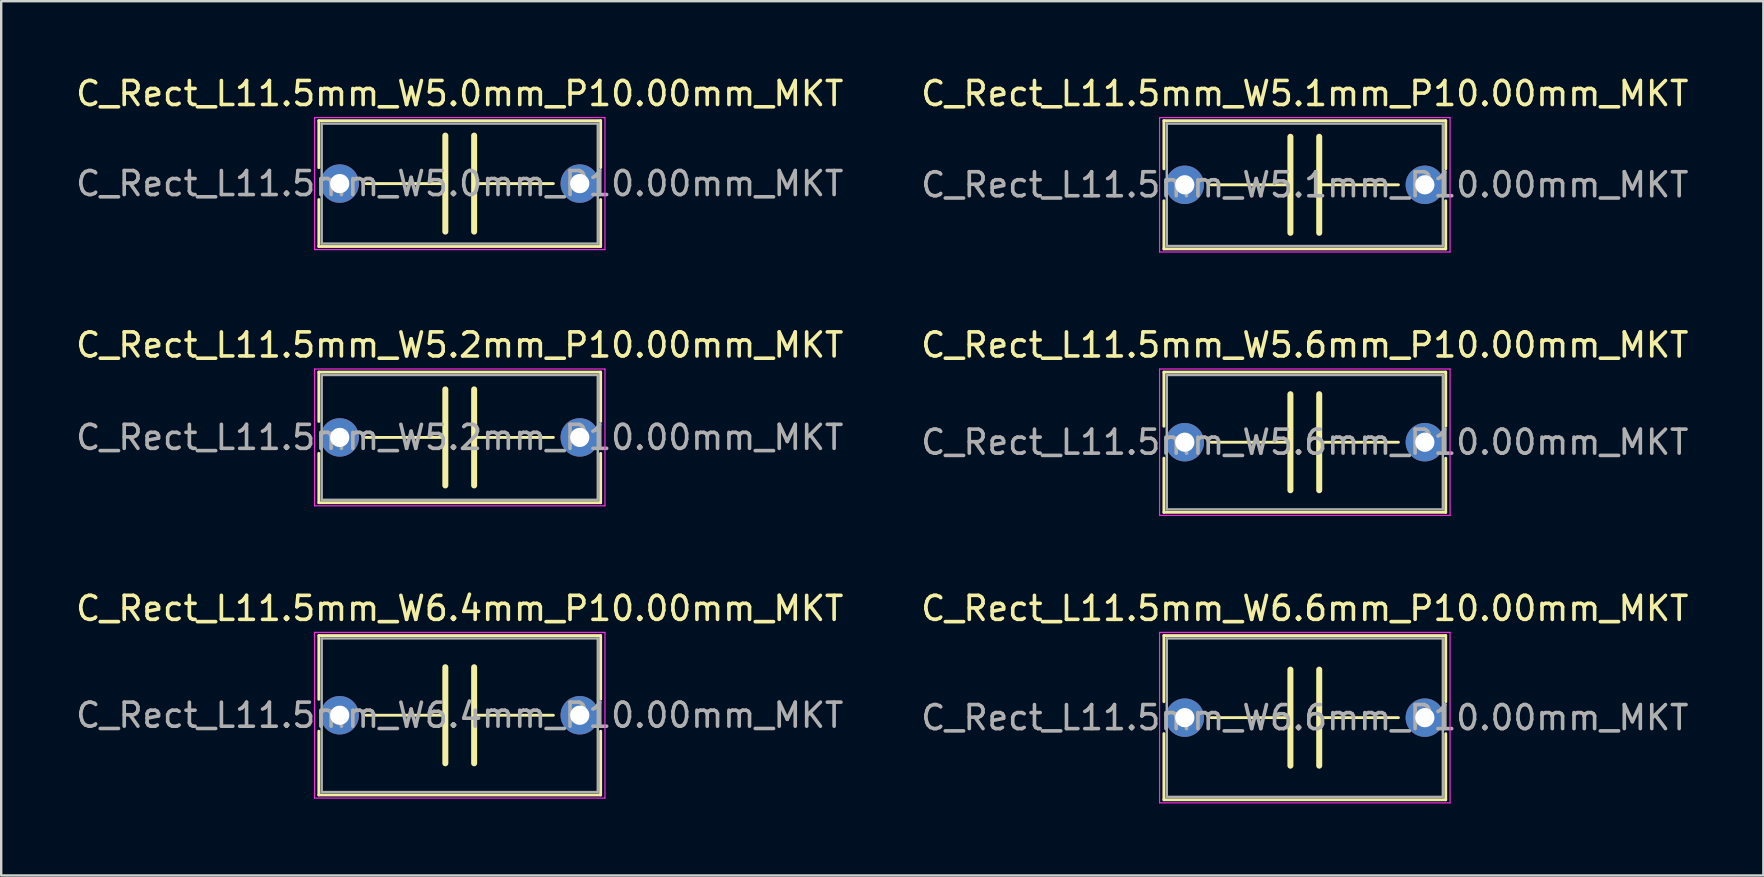
<source format=kicad_pcb>
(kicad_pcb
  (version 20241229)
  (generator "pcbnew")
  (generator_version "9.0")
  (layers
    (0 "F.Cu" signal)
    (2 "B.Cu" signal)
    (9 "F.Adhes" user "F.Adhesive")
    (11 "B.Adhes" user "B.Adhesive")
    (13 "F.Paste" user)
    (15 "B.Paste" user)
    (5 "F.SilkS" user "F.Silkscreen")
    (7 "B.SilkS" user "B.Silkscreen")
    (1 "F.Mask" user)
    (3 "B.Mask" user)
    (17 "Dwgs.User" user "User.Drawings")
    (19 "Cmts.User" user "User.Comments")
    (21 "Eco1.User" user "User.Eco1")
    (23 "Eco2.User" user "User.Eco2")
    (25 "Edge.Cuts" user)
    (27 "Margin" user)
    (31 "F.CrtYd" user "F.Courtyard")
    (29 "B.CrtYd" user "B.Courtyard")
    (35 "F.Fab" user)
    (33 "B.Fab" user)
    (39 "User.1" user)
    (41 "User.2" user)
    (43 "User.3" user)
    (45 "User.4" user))
  (footprint "C_Rect_L11.5mm_W5.2mm_P10.00mm_MKT"
    (layer "F.Cu")
    (at 11.101 15.171)
    (property "Reference" "C_Rect_L11.5mm_W5.2mm_P10.00mm_MKT" (at 5 -3.85 0) (layer "F.SilkS") (effects (font (size 1 1) (thickness 0.15))))
    (attr through_hole)
    (fp_line (start -0.87 -2.72) (end -0.87 -0.665) (stroke (width 0.12) (type solid)) (layer "F.SilkS"))
    (fp_line (start -0.87 -2.72) (end 10.87 -2.72) (stroke (width 0.12) (type solid)) (layer "F.SilkS"))
    (fp_line (start -0.87 0.665) (end -0.87 2.72) (stroke (width 0.12) (type solid)) (layer "F.SilkS"))
    (fp_line (start -0.87 2.72) (end 10.87 2.72) (stroke (width 0.12) (type solid)) (layer "F.SilkS"))
    (fp_line (start 1.1 0) (end 4.4 0) (stroke (width 0.12) (type solid)) (layer "F.SilkS"))
    (fp_line (start 4.4 2) (end 4.4 -2) (stroke (width 0.25) (type solid)) (layer "F.SilkS"))
    (fp_line (start 5.6 2) (end 5.6 -2) (stroke (width 0.25) (type solid)) (layer "F.SilkS"))
    (fp_line (start 8.9 0) (end 5.6 0) (stroke (width 0.12) (type solid)) (layer "F.SilkS"))
    (fp_line (start 10.87 -2.72) (end 10.87 -0.665) (stroke (width 0.12) (type solid)) (layer "F.SilkS"))
    (fp_line (start 10.87 0.665) (end 10.87 2.72) (stroke (width 0.12) (type solid)) (layer "F.SilkS"))
    (fp_line (start -1.05 -2.85) (end -1.05 2.85) (stroke (width 0.05) (type solid)) (layer "F.CrtYd"))
    (fp_line (start -1.05 2.85) (end 11.05 2.85) (stroke (width 0.05) (type solid)) (layer "F.CrtYd"))
    (fp_line (start 11.05 -2.85) (end -1.05 -2.85) (stroke (width 0.05) (type solid)) (layer "F.CrtYd"))
    (fp_line (start 11.05 2.85) (end 11.05 -2.85) (stroke (width 0.05) (type solid)) (layer "F.CrtYd"))
    (fp_line (start -0.75 -2.6) (end -0.75 2.6) (stroke (width 0.1) (type solid)) (layer "F.Fab"))
    (fp_line (start -0.75 2.6) (end 10.75 2.6) (stroke (width 0.1) (type solid)) (layer "F.Fab"))
    (fp_line (start 10.75 -2.6) (end -0.75 -2.6) (stroke (width 0.1) (type solid)) (layer "F.Fab"))
    (fp_line (start 10.75 2.6) (end 10.75 -2.6) (stroke (width 0.1) (type solid)) (layer "F.Fab"))
    (fp_text user "${REFERENCE}" (at 5 0 0) (layer "F.Fab") (effects (font (size 1 1) (thickness 0.15))))
    (pad "1" thru_hole circle (at 0 0) (size 1.6 1.6) (drill 0.8) (layers "*.Cu" "*.Mask"))
    (pad "2" thru_hole circle (at 10 0) (size 1.6 1.6) (drill 0.8) (layers "*.Cu" "*.Mask")))
  (footprint "C_Rect_L11.5mm_W6.4mm_P10.00mm_MKT"
    (layer "F.Cu")
    (at 11.101 26.745)
    (property "Reference" "C_Rect_L11.5mm_W6.4mm_P10.00mm_MKT" (at 5 -4.45 0) (layer "F.SilkS") (effects (font (size 1 1) (thickness 0.15))))
    (attr through_hole)
    (fp_line (start -0.87 -3.32) (end -0.87 -0.665) (stroke (width 0.12) (type solid)) (layer "F.SilkS"))
    (fp_line (start -0.87 -3.32) (end 10.87 -3.32) (stroke (width 0.12) (type solid)) (layer "F.SilkS"))
    (fp_line (start -0.87 0.665) (end -0.87 3.32) (stroke (width 0.12) (type solid)) (layer "F.SilkS"))
    (fp_line (start -0.87 3.32) (end 10.87 3.32) (stroke (width 0.12) (type solid)) (layer "F.SilkS"))
    (fp_line (start 1.1 0) (end 4.4 0) (stroke (width 0.12) (type solid)) (layer "F.SilkS"))
    (fp_line (start 4.4 2) (end 4.4 -2) (stroke (width 0.25) (type solid)) (layer "F.SilkS"))
    (fp_line (start 5.6 2) (end 5.6 -2) (stroke (width 0.25) (type solid)) (layer "F.SilkS"))
    (fp_line (start 8.9 0) (end 5.6 0) (stroke (width 0.12) (type solid)) (layer "F.SilkS"))
    (fp_line (start 10.87 -3.32) (end 10.87 -0.665) (stroke (width 0.12) (type solid)) (layer "F.SilkS"))
    (fp_line (start 10.87 0.665) (end 10.87 3.32) (stroke (width 0.12) (type solid)) (layer "F.SilkS"))
    (fp_line (start -1.05 -3.45) (end -1.05 3.45) (stroke (width 0.05) (type solid)) (layer "F.CrtYd"))
    (fp_line (start -1.05 3.45) (end 11.05 3.45) (stroke (width 0.05) (type solid)) (layer "F.CrtYd"))
    (fp_line (start 11.05 -3.45) (end -1.05 -3.45) (stroke (width 0.05) (type solid)) (layer "F.CrtYd"))
    (fp_line (start 11.05 3.45) (end 11.05 -3.45) (stroke (width 0.05) (type solid)) (layer "F.CrtYd"))
    (fp_line (start -0.75 -3.2) (end -0.75 3.2) (stroke (width 0.1) (type solid)) (layer "F.Fab"))
    (fp_line (start -0.75 3.2) (end 10.75 3.2) (stroke (width 0.1) (type solid)) (layer "F.Fab"))
    (fp_line (start 10.75 -3.2) (end -0.75 -3.2) (stroke (width 0.1) (type solid)) (layer "F.Fab"))
    (fp_line (start 10.75 3.2) (end 10.75 -3.2) (stroke (width 0.1) (type solid)) (layer "F.Fab"))
    (fp_text user "${REFERENCE}" (at 5 0 0) (layer "F.Fab") (effects (font (size 1 1) (thickness 0.15))))
    (pad "1" thru_hole circle (at 0 0) (size 1.6 1.6) (drill 0.8) (layers "*.Cu" "*.Mask"))
    (pad "2" thru_hole circle (at 10 0) (size 1.6 1.6) (drill 0.8) (layers "*.Cu" "*.Mask")))
  (footprint "C_Rect_L11.5mm_W5.6mm_P10.00mm_MKT"
    (layer "F.Cu")
    (at 46.304 15.371)
    (property "Reference" "C_Rect_L11.5mm_W5.6mm_P10.00mm_MKT" (at 5 -4.05 0) (layer "F.SilkS") (effects (font (size 1 1) (thickness 0.15))))
    (attr through_hole)
    (fp_line (start -0.87 -2.92) (end -0.87 -0.665) (stroke (width 0.12) (type solid)) (layer "F.SilkS"))
    (fp_line (start -0.87 -2.92) (end 10.87 -2.92) (stroke (width 0.12) (type solid)) (layer "F.SilkS"))
    (fp_line (start -0.87 0.665) (end -0.87 2.92) (stroke (width 0.12) (type solid)) (layer "F.SilkS"))
    (fp_line (start -0.87 2.92) (end 10.87 2.92) (stroke (width 0.12) (type solid)) (layer "F.SilkS"))
    (fp_line (start 1.1 0) (end 4.4 0) (stroke (width 0.12) (type solid)) (layer "F.SilkS"))
    (fp_line (start 4.4 2) (end 4.4 -2) (stroke (width 0.25) (type solid)) (layer "F.SilkS"))
    (fp_line (start 5.6 2) (end 5.6 -2) (stroke (width 0.25) (type solid)) (layer "F.SilkS"))
    (fp_line (start 8.9 0) (end 5.6 0) (stroke (width 0.12) (type solid)) (layer "F.SilkS"))
    (fp_line (start 10.87 -2.92) (end 10.87 -0.665) (stroke (width 0.12) (type solid)) (layer "F.SilkS"))
    (fp_line (start 10.87 0.665) (end 10.87 2.92) (stroke (width 0.12) (type solid)) (layer "F.SilkS"))
    (fp_line (start -1.05 -3.05) (end -1.05 3.05) (stroke (width 0.05) (type solid)) (layer "F.CrtYd"))
    (fp_line (start -1.05 3.05) (end 11.05 3.05) (stroke (width 0.05) (type solid)) (layer "F.CrtYd"))
    (fp_line (start 11.05 -3.05) (end -1.05 -3.05) (stroke (width 0.05) (type solid)) (layer "F.CrtYd"))
    (fp_line (start 11.05 3.05) (end 11.05 -3.05) (stroke (width 0.05) (type solid)) (layer "F.CrtYd"))
    (fp_line (start -0.75 -2.8) (end -0.75 2.8) (stroke (width 0.1) (type solid)) (layer "F.Fab"))
    (fp_line (start -0.75 2.8) (end 10.75 2.8) (stroke (width 0.1) (type solid)) (layer "F.Fab"))
    (fp_line (start 10.75 -2.8) (end -0.75 -2.8) (stroke (width 0.1) (type solid)) (layer "F.Fab"))
    (fp_line (start 10.75 2.8) (end 10.75 -2.8) (stroke (width 0.1) (type solid)) (layer "F.Fab"))
    (fp_text user "${REFERENCE}" (at 5 0 0) (layer "F.Fab") (effects (font (size 1 1) (thickness 0.15))))
    (pad "1" thru_hole circle (at 0 0) (size 1.6 1.6) (drill 0.8) (layers "*.Cu" "*.Mask"))
    (pad "2" thru_hole circle (at 10 0) (size 1.6 1.6) (drill 0.8) (layers "*.Cu" "*.Mask")))
  (footprint "C_Rect_L11.5mm_W5.0mm_P10.00mm_MKT"
    (layer "F.Cu")
    (at 11.101 4.598)
    (property "Reference" "C_Rect_L11.5mm_W5.0mm_P10.00mm_MKT" (at 5 -3.75 0) (layer "F.SilkS") (effects (font (size 1 1) (thickness 0.15))))
    (attr through_hole)
    (fp_line (start -0.87 -2.62) (end -0.87 -0.665) (stroke (width 0.12) (type solid)) (layer "F.SilkS"))
    (fp_line (start -0.87 -2.62) (end 10.87 -2.62) (stroke (width 0.12) (type solid)) (layer "F.SilkS"))
    (fp_line (start -0.87 0.665) (end -0.87 2.62) (stroke (width 0.12) (type solid)) (layer "F.SilkS"))
    (fp_line (start -0.87 2.62) (end 10.87 2.62) (stroke (width 0.12) (type solid)) (layer "F.SilkS"))
    (fp_line (start 1.1 0) (end 4.4 0) (stroke (width 0.12) (type solid)) (layer "F.SilkS"))
    (fp_line (start 4.4 2) (end 4.4 -2) (stroke (width 0.25) (type solid)) (layer "F.SilkS"))
    (fp_line (start 5.6 2) (end 5.6 -2) (stroke (width 0.25) (type solid)) (layer "F.SilkS"))
    (fp_line (start 8.9 0) (end 5.6 0) (stroke (width 0.12) (type solid)) (layer "F.SilkS"))
    (fp_line (start 10.87 -2.62) (end 10.87 -0.665) (stroke (width 0.12) (type solid)) (layer "F.SilkS"))
    (fp_line (start 10.87 0.665) (end 10.87 2.62) (stroke (width 0.12) (type solid)) (layer "F.SilkS"))
    (fp_line (start -1.05 -2.75) (end -1.05 2.75) (stroke (width 0.05) (type solid)) (layer "F.CrtYd"))
    (fp_line (start -1.05 2.75) (end 11.05 2.75) (stroke (width 0.05) (type solid)) (layer "F.CrtYd"))
    (fp_line (start 11.05 -2.75) (end -1.05 -2.75) (stroke (width 0.05) (type solid)) (layer "F.CrtYd"))
    (fp_line (start 11.05 2.75) (end 11.05 -2.75) (stroke (width 0.05) (type solid)) (layer "F.CrtYd"))
    (fp_line (start -0.75 -2.5) (end -0.75 2.5) (stroke (width 0.1) (type solid)) (layer "F.Fab"))
    (fp_line (start -0.75 2.5) (end 10.75 2.5) (stroke (width 0.1) (type solid)) (layer "F.Fab"))
    (fp_line (start 10.75 -2.5) (end -0.75 -2.5) (stroke (width 0.1) (type solid)) (layer "F.Fab"))
    (fp_line (start 10.75 2.5) (end 10.75 -2.5) (stroke (width 0.1) (type solid)) (layer "F.Fab"))
    (fp_text user "${REFERENCE}" (at 5 0 0) (layer "F.Fab") (effects (font (size 1 1) (thickness 0.15))))
    (pad "1" thru_hole circle (at 0 0) (size 1.6 1.6) (drill 0.8) (layers "*.Cu" "*.Mask"))
    (pad "2" thru_hole circle (at 10 0) (size 1.6 1.6) (drill 0.8) (layers "*.Cu" "*.Mask")))
  (footprint "C_Rect_L11.5mm_W5.1mm_P10.00mm_MKT"
    (layer "F.Cu")
    (at 46.304 4.648)
    (property "Reference" "C_Rect_L11.5mm_W5.1mm_P10.00mm_MKT" (at 5 -3.8 0) (layer "F.SilkS") (effects (font (size 1 1) (thickness 0.15))))
    (attr through_hole)
    (fp_line (start -0.87 -2.67) (end -0.87 -0.665) (stroke (width 0.12) (type solid)) (layer "F.SilkS"))
    (fp_line (start -0.87 -2.67) (end 10.87 -2.67) (stroke (width 0.12) (type solid)) (layer "F.SilkS"))
    (fp_line (start -0.87 0.665) (end -0.87 2.67) (stroke (width 0.12) (type solid)) (layer "F.SilkS"))
    (fp_line (start -0.87 2.67) (end 10.87 2.67) (stroke (width 0.12) (type solid)) (layer "F.SilkS"))
    (fp_line (start 1.1 0) (end 4.4 0) (stroke (width 0.12) (type solid)) (layer "F.SilkS"))
    (fp_line (start 4.4 2) (end 4.4 -2) (stroke (width 0.25) (type solid)) (layer "F.SilkS"))
    (fp_line (start 5.6 2) (end 5.6 -2) (stroke (width 0.25) (type solid)) (layer "F.SilkS"))
    (fp_line (start 8.9 0) (end 5.6 0) (stroke (width 0.12) (type solid)) (layer "F.SilkS"))
    (fp_line (start 10.87 -2.67) (end 10.87 -0.665) (stroke (width 0.12) (type solid)) (layer "F.SilkS"))
    (fp_line (start 10.87 0.665) (end 10.87 2.67) (stroke (width 0.12) (type solid)) (layer "F.SilkS"))
    (fp_line (start -1.05 -2.8) (end -1.05 2.8) (stroke (width 0.05) (type solid)) (layer "F.CrtYd"))
    (fp_line (start -1.05 2.8) (end 11.05 2.8) (stroke (width 0.05) (type solid)) (layer "F.CrtYd"))
    (fp_line (start 11.05 -2.8) (end -1.05 -2.8) (stroke (width 0.05) (type solid)) (layer "F.CrtYd"))
    (fp_line (start 11.05 2.8) (end 11.05 -2.8) (stroke (width 0.05) (type solid)) (layer "F.CrtYd"))
    (fp_line (start -0.75 -2.55) (end -0.75 2.55) (stroke (width 0.1) (type solid)) (layer "F.Fab"))
    (fp_line (start -0.75 2.55) (end 10.75 2.55) (stroke (width 0.1) (type solid)) (layer "F.Fab"))
    (fp_line (start 10.75 -2.55) (end -0.75 -2.55) (stroke (width 0.1) (type solid)) (layer "F.Fab"))
    (fp_line (start 10.75 2.55) (end 10.75 -2.55) (stroke (width 0.1) (type solid)) (layer "F.Fab"))
    (fp_text user "${REFERENCE}" (at 5 0 0) (layer "F.Fab") (effects (font (size 1 1) (thickness 0.15))))
    (pad "1" thru_hole circle (at 0 0) (size 1.6 1.6) (drill 0.8) (layers "*.Cu" "*.Mask"))
    (pad "2" thru_hole circle (at 10 0) (size 1.6 1.6) (drill 0.8) (layers "*.Cu" "*.Mask")))
  (footprint "C_Rect_L11.5mm_W6.6mm_P10.00mm_MKT"
    (layer "F.Cu")
    (at 46.304 26.845)
    (property "Reference" "C_Rect_L11.5mm_W6.6mm_P10.00mm_MKT" (at 5 -4.55 0) (layer "F.SilkS") (effects (font (size 1 1) (thickness 0.15))))
    (attr through_hole)
    (fp_line (start -0.87 -3.42) (end -0.87 -0.665) (stroke (width 0.12) (type solid)) (layer "F.SilkS"))
    (fp_line (start -0.87 -3.42) (end 10.87 -3.42) (stroke (width 0.12) (type solid)) (layer "F.SilkS"))
    (fp_line (start -0.87 0.665) (end -0.87 3.42) (stroke (width 0.12) (type solid)) (layer "F.SilkS"))
    (fp_line (start -0.87 3.42) (end 10.87 3.42) (stroke (width 0.12) (type solid)) (layer "F.SilkS"))
    (fp_line (start 1.1 0) (end 4.4 0) (stroke (width 0.12) (type solid)) (layer "F.SilkS"))
    (fp_line (start 4.4 2) (end 4.4 -2) (stroke (width 0.25) (type solid)) (layer "F.SilkS"))
    (fp_line (start 5.6 2) (end 5.6 -2) (stroke (width 0.25) (type solid)) (layer "F.SilkS"))
    (fp_line (start 8.9 0) (end 5.6 0) (stroke (width 0.12) (type solid)) (layer "F.SilkS"))
    (fp_line (start 10.87 -3.42) (end 10.87 -0.665) (stroke (width 0.12) (type solid)) (layer "F.SilkS"))
    (fp_line (start 10.87 0.665) (end 10.87 3.42) (stroke (width 0.12) (type solid)) (layer "F.SilkS"))
    (fp_line (start -1.05 -3.55) (end -1.05 3.55) (stroke (width 0.05) (type solid)) (layer "F.CrtYd"))
    (fp_line (start -1.05 3.55) (end 11.05 3.55) (stroke (width 0.05) (type solid)) (layer "F.CrtYd"))
    (fp_line (start 11.05 -3.55) (end -1.05 -3.55) (stroke (width 0.05) (type solid)) (layer "F.CrtYd"))
    (fp_line (start 11.05 3.55) (end 11.05 -3.55) (stroke (width 0.05) (type solid)) (layer "F.CrtYd"))
    (fp_line (start -0.75 -3.3) (end -0.75 3.3) (stroke (width 0.1) (type solid)) (layer "F.Fab"))
    (fp_line (start -0.75 3.3) (end 10.75 3.3) (stroke (width 0.1) (type solid)) (layer "F.Fab"))
    (fp_line (start 10.75 -3.3) (end -0.75 -3.3) (stroke (width 0.1) (type solid)) (layer "F.Fab"))
    (fp_line (start 10.75 3.3) (end 10.75 -3.3) (stroke (width 0.1) (type solid)) (layer "F.Fab"))
    (fp_text user "${REFERENCE}" (at 5 0 0) (layer "F.Fab") (effects (font (size 1 1) (thickness 0.15))))
    (pad "1" thru_hole circle (at 0 0) (size 1.6 1.6) (drill 0.8) (layers "*.Cu" "*.Mask"))
    (pad "2" thru_hole circle (at 10 0) (size 1.6 1.6) (drill 0.8) (layers "*.Cu" "*.Mask")))
  (gr_rect
    (start -3 -3)
    (end 70.405 33.42)
    (stroke (width 0.1) (type default))
    (fill no)
    (layer "Edge.Cuts")))
</source>
